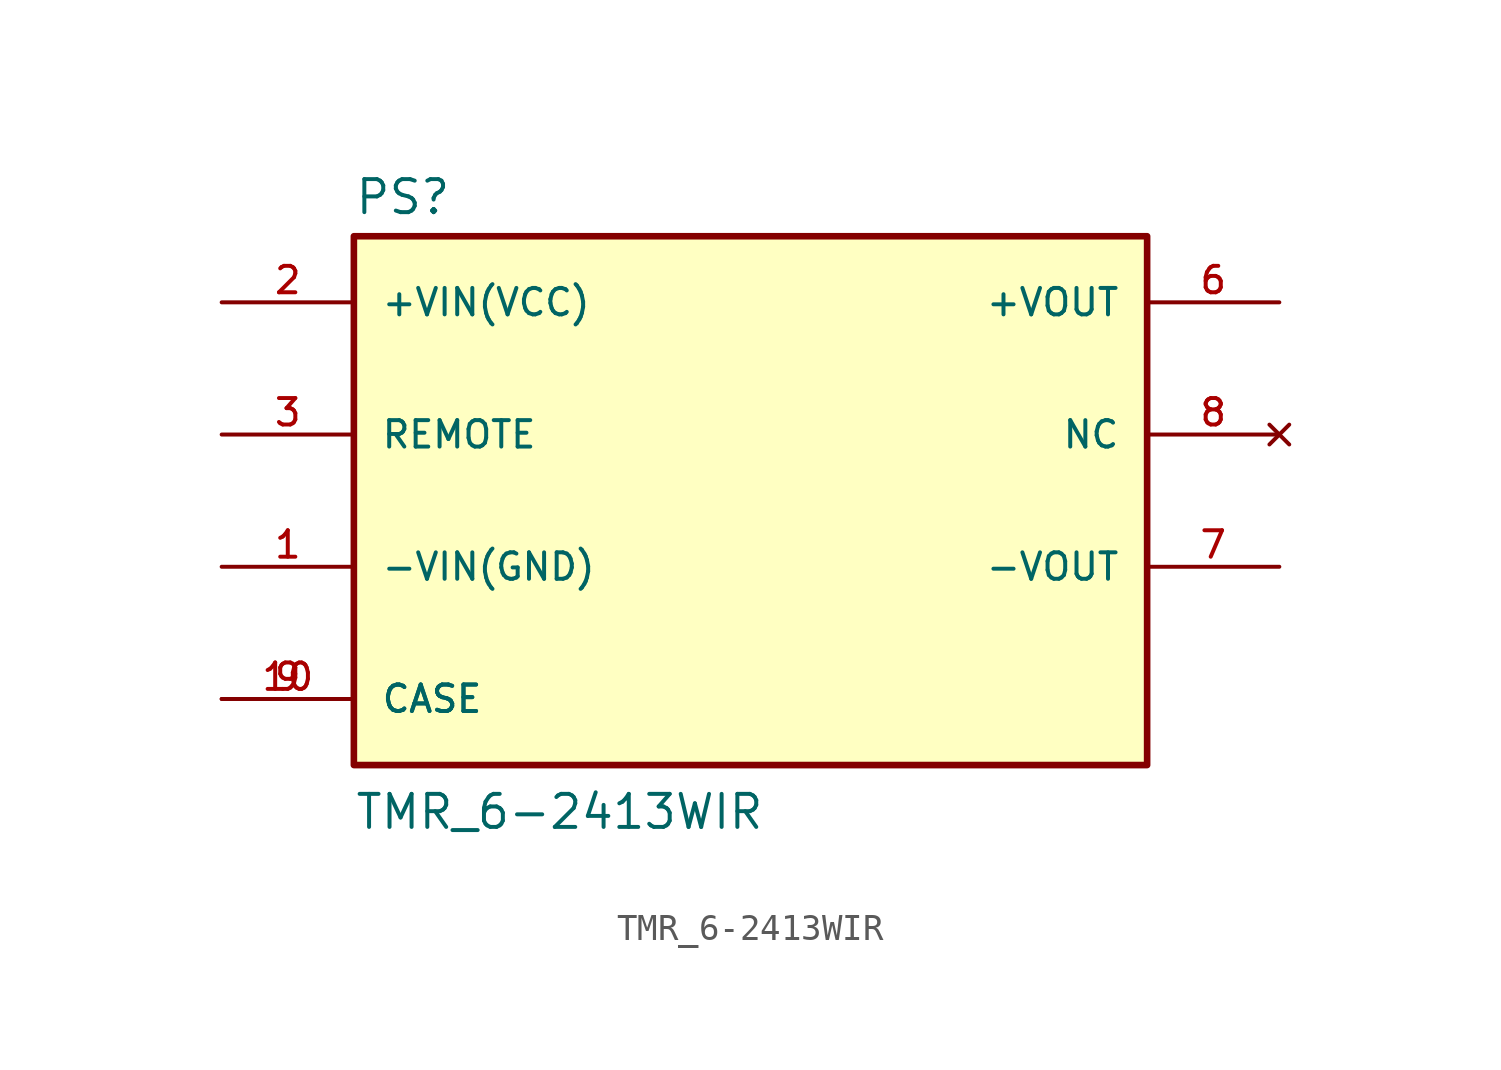
<source format=kicad_sym>
(kicad_symbol_lib
  (version 20211014)
  (generator kicad_symbol_editor)
  (symbol "TMR_6-2413WIR"
    (pin_names
      (offset 1.016))
    (property "Reference" "PS"
      (at -15.24 10.922 0)
      (effects (font (size 1.27 1.27)) (justify bottom left)))
    (property "Value" "TMR_6-2413WIR"
      (at -15.24 -12.7 0)
      (effects (font (size 1.27 1.27)) (justify bottom left)))
    (symbol "TMR_6-2413WIR_0_0"
      (rectangle (start -15.24 -10.16) (end 15.24 10.16) (stroke (width 0.254)) (fill (type background)))
      (pin input line (at -20.32 -2.54 0) (length 5.08) (name "-VIN(GND)" (effects (font (size 1.016 1.016)))) (number "1" (effects (font (size 1.016 1.016)))))
      (pin input line (at -20.32 7.62 0) (length 5.08) (name "+VIN(VCC)" (effects (font (size 1.016 1.016)))) (number "2" (effects (font (size 1.016 1.016)))))
      (pin output line (at 20.32 7.62 180.0) (length 5.08) (name "+VOUT" (effects (font (size 1.016 1.016)))) (number "6" (effects (font (size 1.016 1.016)))))
      (pin output line (at 20.32 -2.54 180.0) (length 5.08) (name "-VOUT" (effects (font (size 1.016 1.016)))) (number "7" (effects (font (size 1.016 1.016)))))
      (pin no_connect line (at 20.32 2.54 180.0) (length 5.08) (name "NC" (effects (font (size 1.016 1.016)))) (number "8" (effects (font (size 1.016 1.016)))))
      (pin input line (at -20.32 2.54 0) (length 5.08) (name "REMOTE" (effects (font (size 1.016 1.016)))) (number "3" (effects (font (size 1.016 1.016)))))
      (pin passive line (at -20.32 -7.62 0) (length 5.08) (name "CASE" (effects (font (size 1.016 1.016)))) (number "9" (effects (font (size 1.016 1.016)))))
      (pin passive line (at -20.32 -7.62 0) (length 5.08) (name "CASE" (effects (font (size 1.016 1.016)))) (number "10" (effects (font (size 1.016 1.016))))))))
</source>
